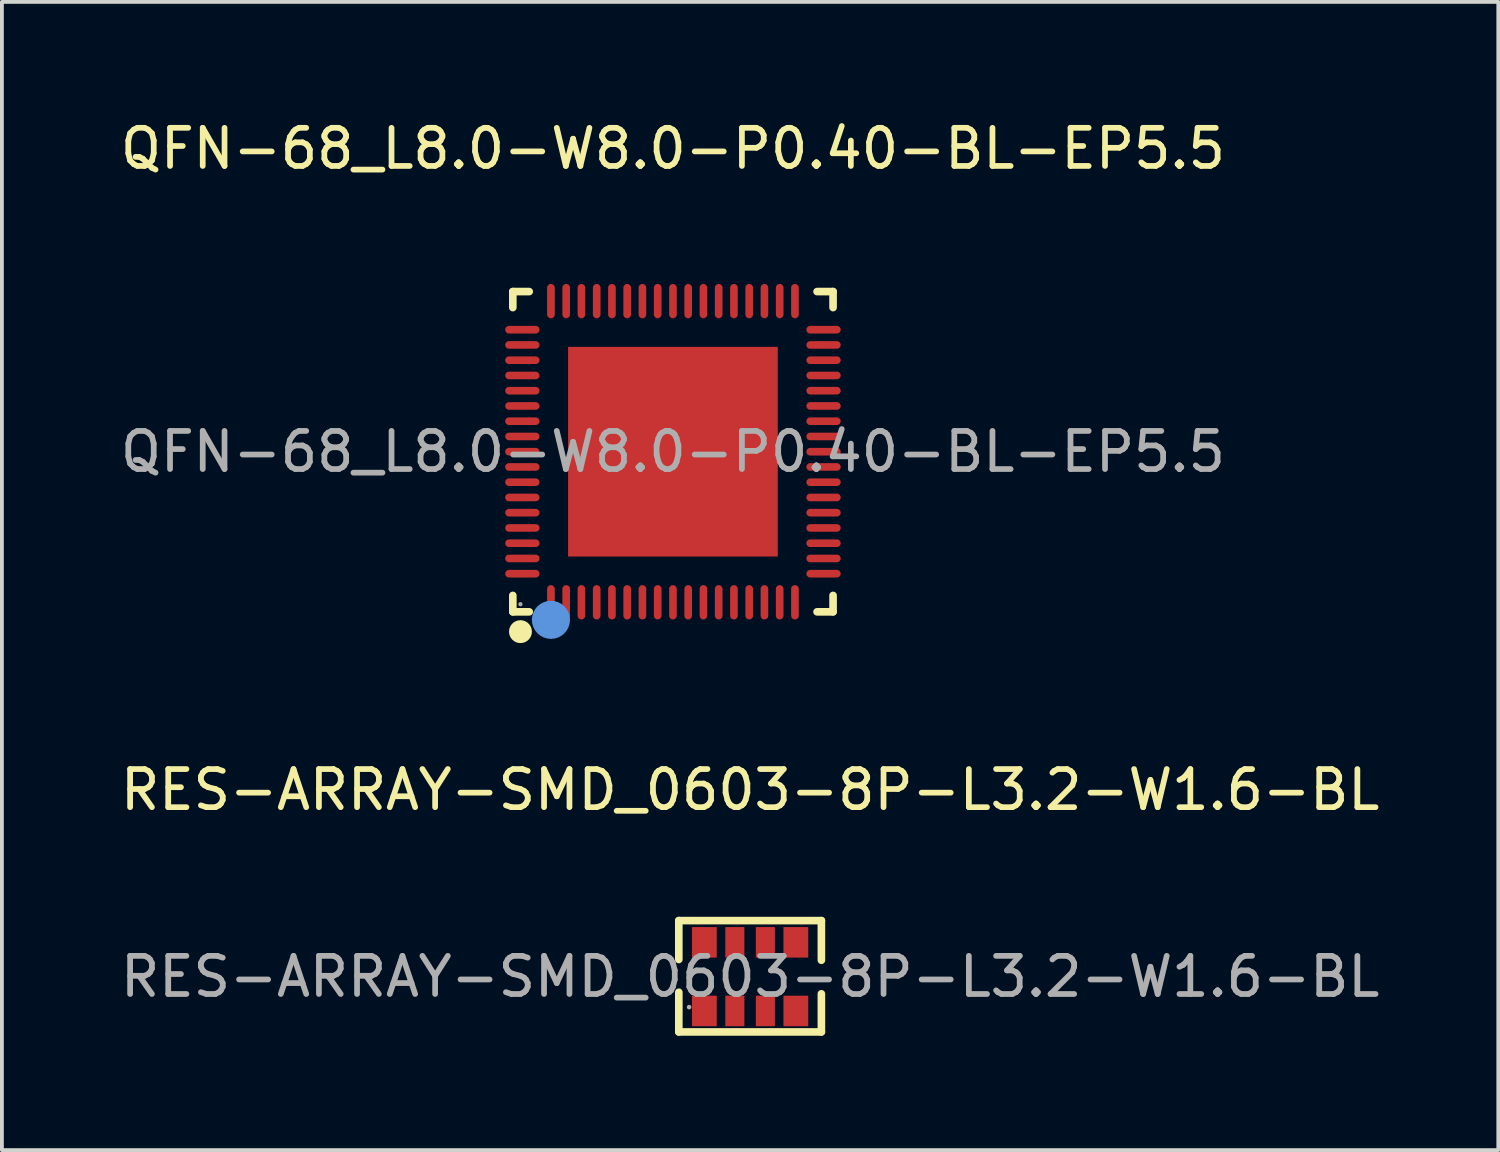
<source format=kicad_pcb>
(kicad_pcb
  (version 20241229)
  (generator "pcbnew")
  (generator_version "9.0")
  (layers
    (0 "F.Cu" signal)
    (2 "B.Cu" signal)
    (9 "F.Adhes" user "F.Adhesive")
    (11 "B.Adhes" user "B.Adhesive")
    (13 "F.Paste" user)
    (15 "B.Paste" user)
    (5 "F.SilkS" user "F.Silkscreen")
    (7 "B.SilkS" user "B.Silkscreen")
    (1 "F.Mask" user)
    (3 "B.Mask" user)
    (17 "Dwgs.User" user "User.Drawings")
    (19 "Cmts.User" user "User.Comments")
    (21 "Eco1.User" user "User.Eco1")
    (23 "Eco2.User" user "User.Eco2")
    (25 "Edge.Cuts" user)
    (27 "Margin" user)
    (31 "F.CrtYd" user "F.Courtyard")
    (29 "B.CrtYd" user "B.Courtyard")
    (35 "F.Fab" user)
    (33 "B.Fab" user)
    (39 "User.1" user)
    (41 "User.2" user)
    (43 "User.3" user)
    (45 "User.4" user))
  (footprint "QFN-68_L8.0-W8.0-P0.40-BL-EP5.5"
    (layer "F.Cu")
    (at 14.601 8.798)
    (property "Reference" "QFN-68_L8.0-W8.0-P0.40-BL-EP5.5" (at 0 -7.95 0) (layer "F.SilkS") (effects (font (size 1 1) (thickness 0.15))))
    (attr through_hole)
    (fp_line (start -4.2 -4.2) (end -4.2 -3.78) (stroke (width 0.2) (type solid)) (layer "F.SilkS"))
    (fp_line (start -4.2 4.2) (end -4.2 3.77) (stroke (width 0.2) (type solid)) (layer "F.SilkS"))
    (fp_line (start -3.77 -4.2) (end -4.2 -4.2) (stroke (width 0.2) (type solid)) (layer "F.SilkS"))
    (fp_line (start -3.77 4.2) (end -4.2 4.2) (stroke (width 0.2) (type solid)) (layer "F.SilkS"))
    (fp_line (start 3.78 4.2) (end 4.2 4.2) (stroke (width 0.2) (type solid)) (layer "F.SilkS"))
    (fp_line (start 4.2 -4.2) (end 3.78 -4.2) (stroke (width 0.2) (type solid)) (layer "F.SilkS"))
    (fp_line (start 4.2 -3.78) (end 4.2 -4.2) (stroke (width 0.2) (type solid)) (layer "F.SilkS"))
    (fp_line (start 4.2 4.2) (end 4.2 3.77) (stroke (width 0.2) (type solid)) (layer "F.SilkS"))
    (fp_arc (start -3.99 4.57) (mid -4.004995 4.87025) (end -4.000016 4.569667) (stroke (width 0.3) (type solid)) (layer "F.SilkS"))
    (fp_circle (center -3.2 4.41) (end -2.95 4.41) (stroke (width 0.5) (type solid)) (fill no) (layer "Cmts.User"))
    (fp_circle (center -4 4) (end -3.97 4) (stroke (width 0.05) (type solid)) (fill no) (layer "F.Fab"))
    (fp_text user "${REFERENCE}" (at 0 0 0) (layer "F.Fab") (effects (font (size 1 1) (thickness 0.15))))
    (pad "1" smd oval (at -3.2 3.95) (size 0.2 0.9) (layers "F.Cu" "F.Mask" "F.Paste"))
    (pad "2" smd oval (at -2.8 3.95) (size 0.2 0.9) (layers "F.Cu" "F.Mask" "F.Paste"))
    (pad "3" smd oval (at -2.4 3.95) (size 0.2 0.9) (layers "F.Cu" "F.Mask" "F.Paste"))
    (pad "4" smd oval (at -2 3.95) (size 0.2 0.9) (layers "F.Cu" "F.Mask" "F.Paste"))
    (pad "5" smd oval (at -1.6 3.95) (size 0.2 0.9) (layers "F.Cu" "F.Mask" "F.Paste"))
    (pad "6" smd oval (at -1.2 3.95) (size 0.2 0.9) (layers "F.Cu" "F.Mask" "F.Paste"))
    (pad "7" smd oval (at -0.8 3.95) (size 0.2 0.9) (layers "F.Cu" "F.Mask" "F.Paste"))
    (pad "8" smd oval (at -0.4 3.95) (size 0.2 0.9) (layers "F.Cu" "F.Mask" "F.Paste"))
    (pad "9" smd oval (at 0 3.95) (size 0.2 0.9) (layers "F.Cu" "F.Mask" "F.Paste"))
    (pad "10" smd oval (at 0.4 3.95) (size 0.2 0.9) (layers "F.Cu" "F.Mask" "F.Paste"))
    (pad "11" smd oval (at 0.8 3.95) (size 0.2 0.9) (layers "F.Cu" "F.Mask" "F.Paste"))
    (pad "12" smd oval (at 1.2 3.95) (size 0.2 0.9) (layers "F.Cu" "F.Mask" "F.Paste"))
    (pad "13" smd oval (at 1.6 3.95) (size 0.2 0.9) (layers "F.Cu" "F.Mask" "F.Paste"))
    (pad "14" smd oval (at 2 3.95) (size 0.2 0.9) (layers "F.Cu" "F.Mask" "F.Paste"))
    (pad "15" smd oval (at 2.4 3.95) (size 0.2 0.9) (layers "F.Cu" "F.Mask" "F.Paste"))
    (pad "16" smd oval (at 2.8 3.95) (size 0.2 0.9) (layers "F.Cu" "F.Mask" "F.Paste"))
    (pad "17" smd oval (at 3.2 3.95) (size 0.2 0.9) (layers "F.Cu" "F.Mask" "F.Paste"))
    (pad "18" smd oval (at 3.95 3.2) (size 0.9 0.2) (layers "F.Cu" "F.Mask" "F.Paste"))
    (pad "19" smd oval (at 3.95 2.8) (size 0.9 0.2) (layers "F.Cu" "F.Mask" "F.Paste"))
    (pad "20" smd oval (at 3.95 2.4) (size 0.9 0.2) (layers "F.Cu" "F.Mask" "F.Paste"))
    (pad "21" smd oval (at 3.95 2) (size 0.9 0.2) (layers "F.Cu" "F.Mask" "F.Paste"))
    (pad "22" smd oval (at 3.95 1.6) (size 0.9 0.2) (layers "F.Cu" "F.Mask" "F.Paste"))
    (pad "23" smd oval (at 3.95 1.2) (size 0.9 0.2) (layers "F.Cu" "F.Mask" "F.Paste"))
    (pad "24" smd oval (at 3.95 0.8) (size 0.9 0.2) (layers "F.Cu" "F.Mask" "F.Paste"))
    (pad "25" smd oval (at 3.95 0.4) (size 0.9 0.2) (layers "F.Cu" "F.Mask" "F.Paste"))
    (pad "26" smd oval (at 3.95 0) (size 0.9 0.2) (layers "F.Cu" "F.Mask" "F.Paste"))
    (pad "27" smd oval (at 3.95 -0.4) (size 0.9 0.2) (layers "F.Cu" "F.Mask" "F.Paste"))
    (pad "28" smd oval (at 3.95 -0.8) (size 0.9 0.2) (layers "F.Cu" "F.Mask" "F.Paste"))
    (pad "29" smd oval (at 3.95 -1.2) (size 0.9 0.2) (layers "F.Cu" "F.Mask" "F.Paste"))
    (pad "30" smd oval (at 3.95 -1.6) (size 0.9 0.2) (layers "F.Cu" "F.Mask" "F.Paste"))
    (pad "31" smd oval (at 3.95 -2) (size 0.9 0.2) (layers "F.Cu" "F.Mask" "F.Paste"))
    (pad "32" smd oval (at 3.95 -2.4) (size 0.9 0.2) (layers "F.Cu" "F.Mask" "F.Paste"))
    (pad "33" smd oval (at 3.95 -2.8) (size 0.9 0.2) (layers "F.Cu" "F.Mask" "F.Paste"))
    (pad "34" smd oval (at 3.95 -3.2) (size 0.9 0.2) (layers "F.Cu" "F.Mask" "F.Paste"))
    (pad "35" smd oval (at 3.2 -3.95) (size 0.2 0.9) (layers "F.Cu" "F.Mask" "F.Paste"))
    (pad "36" smd oval (at 2.8 -3.95) (size 0.2 0.9) (layers "F.Cu" "F.Mask" "F.Paste"))
    (pad "37" smd oval (at 2.4 -3.95) (size 0.2 0.9) (layers "F.Cu" "F.Mask" "F.Paste"))
    (pad "38" smd oval (at 2 -3.95) (size 0.2 0.9) (layers "F.Cu" "F.Mask" "F.Paste"))
    (pad "39" smd oval (at 1.6 -3.95) (size 0.2 0.9) (layers "F.Cu" "F.Mask" "F.Paste"))
    (pad "40" smd oval (at 1.2 -3.95) (size 0.2 0.9) (layers "F.Cu" "F.Mask" "F.Paste"))
    (pad "41" smd oval (at 0.8 -3.95) (size 0.2 0.9) (layers "F.Cu" "F.Mask" "F.Paste"))
    (pad "42" smd oval (at 0.4 -3.95) (size 0.2 0.9) (layers "F.Cu" "F.Mask" "F.Paste"))
    (pad "43" smd oval (at 0 -3.95) (size 0.2 0.9) (layers "F.Cu" "F.Mask" "F.Paste"))
    (pad "44" smd oval (at -0.4 -3.95) (size 0.2 0.9) (layers "F.Cu" "F.Mask" "F.Paste"))
    (pad "45" smd oval (at -0.8 -3.95) (size 0.2 0.9) (layers "F.Cu" "F.Mask" "F.Paste"))
    (pad "46" smd oval (at -1.2 -3.95) (size 0.2 0.9) (layers "F.Cu" "F.Mask" "F.Paste"))
    (pad "47" smd oval (at -1.6 -3.95) (size 0.2 0.9) (layers "F.Cu" "F.Mask" "F.Paste"))
    (pad "48" smd oval (at -2 -3.95) (size 0.2 0.9) (layers "F.Cu" "F.Mask" "F.Paste"))
    (pad "49" smd oval (at -2.4 -3.95) (size 0.2 0.9) (layers "F.Cu" "F.Mask" "F.Paste"))
    (pad "50" smd oval (at -2.8 -3.95) (size 0.2 0.9) (layers "F.Cu" "F.Mask" "F.Paste"))
    (pad "51" smd oval (at -3.2 -3.95) (size 0.2 0.9) (layers "F.Cu" "F.Mask" "F.Paste"))
    (pad "52" smd oval (at -3.95 -3.2) (size 0.9 0.2) (layers "F.Cu" "F.Mask" "F.Paste"))
    (pad "53" smd oval (at -3.95 -2.8) (size 0.9 0.2) (layers "F.Cu" "F.Mask" "F.Paste"))
    (pad "54" smd oval (at -3.95 -2.4) (size 0.9 0.2) (layers "F.Cu" "F.Mask" "F.Paste"))
    (pad "55" smd oval (at -3.95 -2) (size 0.9 0.2) (layers "F.Cu" "F.Mask" "F.Paste"))
    (pad "56" smd oval (at -3.95 -1.6) (size 0.9 0.2) (layers "F.Cu" "F.Mask" "F.Paste"))
    (pad "57" smd oval (at -3.95 -1.2) (size 0.9 0.2) (layers "F.Cu" "F.Mask" "F.Paste"))
    (pad "58" smd oval (at -3.95 -0.8) (size 0.9 0.2) (layers "F.Cu" "F.Mask" "F.Paste"))
    (pad "59" smd oval (at -3.95 -0.4) (size 0.9 0.2) (layers "F.Cu" "F.Mask" "F.Paste"))
    (pad "60" smd oval (at -3.95 0) (size 0.9 0.2) (layers "F.Cu" "F.Mask" "F.Paste"))
    (pad "61" smd oval (at -3.95 0.4) (size 0.9 0.2) (layers "F.Cu" "F.Mask" "F.Paste"))
    (pad "62" smd oval (at -3.95 0.8) (size 0.9 0.2) (layers "F.Cu" "F.Mask" "F.Paste"))
    (pad "63" smd oval (at -3.95 1.2) (size 0.9 0.2) (layers "F.Cu" "F.Mask" "F.Paste"))
    (pad "64" smd oval (at -3.95 1.6) (size 0.9 0.2) (layers "F.Cu" "F.Mask" "F.Paste"))
    (pad "65" smd oval (at -3.95 2) (size 0.9 0.2) (layers "F.Cu" "F.Mask" "F.Paste"))
    (pad "66" smd oval (at -3.95 2.4) (size 0.9 0.2) (layers "F.Cu" "F.Mask" "F.Paste"))
    (pad "67" smd oval (at -3.95 2.8) (size 0.9 0.2) (layers "F.Cu" "F.Mask" "F.Paste"))
    (pad "68" smd oval (at -3.95 3.2) (size 0.9 0.2) (layers "F.Cu" "F.Mask" "F.Paste"))
    (pad "69" smd rect (at 0 0) (size 5.5 5.5) (layers "F.Cu" "F.Mask" "F.Paste")))
  (footprint "RES-ARRAY-SMD_0603-8P-L3.2-W1.6-BL"
    (layer "F.Cu")
    (at 16.625 22.567)
    (property "Reference" "RES-ARRAY-SMD_0603-8P-L3.2-W1.6-BL" (at 0 -4.9 0) (layer "F.SilkS") (effects (font (size 1 1) (thickness 0.15))))
    (attr smd)
    (fp_line (start -1.87 -1.47) (end 1.87 -1.47) (stroke (width 0.2) (type solid)) (layer "F.SilkS"))
    (fp_line (start -1.87 -0.45) (end -1.87 -1.47) (stroke (width 0.2) (type solid)) (layer "F.SilkS"))
    (fp_line (start -1.87 1.45) (end -1.87 0.41) (stroke (width 0.2) (type solid)) (layer "F.SilkS"))
    (fp_line (start 1.87 -1.47) (end 1.87 -0.43) (stroke (width 0.2) (type solid)) (layer "F.SilkS"))
    (fp_line (start 1.87 0.45) (end 1.87 1.45) (stroke (width 0.2) (type solid)) (layer "F.SilkS"))
    (fp_line (start 1.87 1.45) (end -1.87 1.45) (stroke (width 0.2) (type solid)) (layer "F.SilkS"))
    (fp_circle (center -1.6 0.8) (end -1.57 0.8) (stroke (width 0.06) (type solid)) (fill no) (layer "F.Fab"))
    (fp_text user "${REFERENCE}" (at 0 0 0) (layer "F.Fab") (effects (font (size 1 1) (thickness 0.15))))
    (pad "1" smd rect (at -1.2 0.9) (size 0.65 0.8) (layers "F.Cu" "F.Mask" "F.Paste"))
    (pad "2" smd rect (at -0.4 0.9) (size 0.5 0.8) (layers "F.Cu" "F.Mask" "F.Paste"))
    (pad "3" smd rect (at 0.4 0.9) (size 0.5 0.8) (layers "F.Cu" "F.Mask" "F.Paste"))
    (pad "4" smd rect (at 1.2 0.9) (size 0.65 0.8) (layers "F.Cu" "F.Mask" "F.Paste"))
    (pad "5" smd rect (at 1.2 -0.9) (size 0.65 0.8) (layers "F.Cu" "F.Mask" "F.Paste"))
    (pad "6" smd rect (at 0.4 -0.9) (size 0.5 0.8) (layers "F.Cu" "F.Mask" "F.Paste"))
    (pad "7" smd rect (at -0.4 -0.9) (size 0.5 0.8) (layers "F.Cu" "F.Mask" "F.Paste"))
    (pad "8" smd rect (at -1.2 -0.9) (size 0.65 0.8) (layers "F.Cu" "F.Mask" "F.Paste")))
  (gr_rect
    (start -3 -3)
    (end 36.25 27.117)
    (stroke (width 0.1) (type default))
    (fill no)
    (layer "Edge.Cuts")))
</source>
